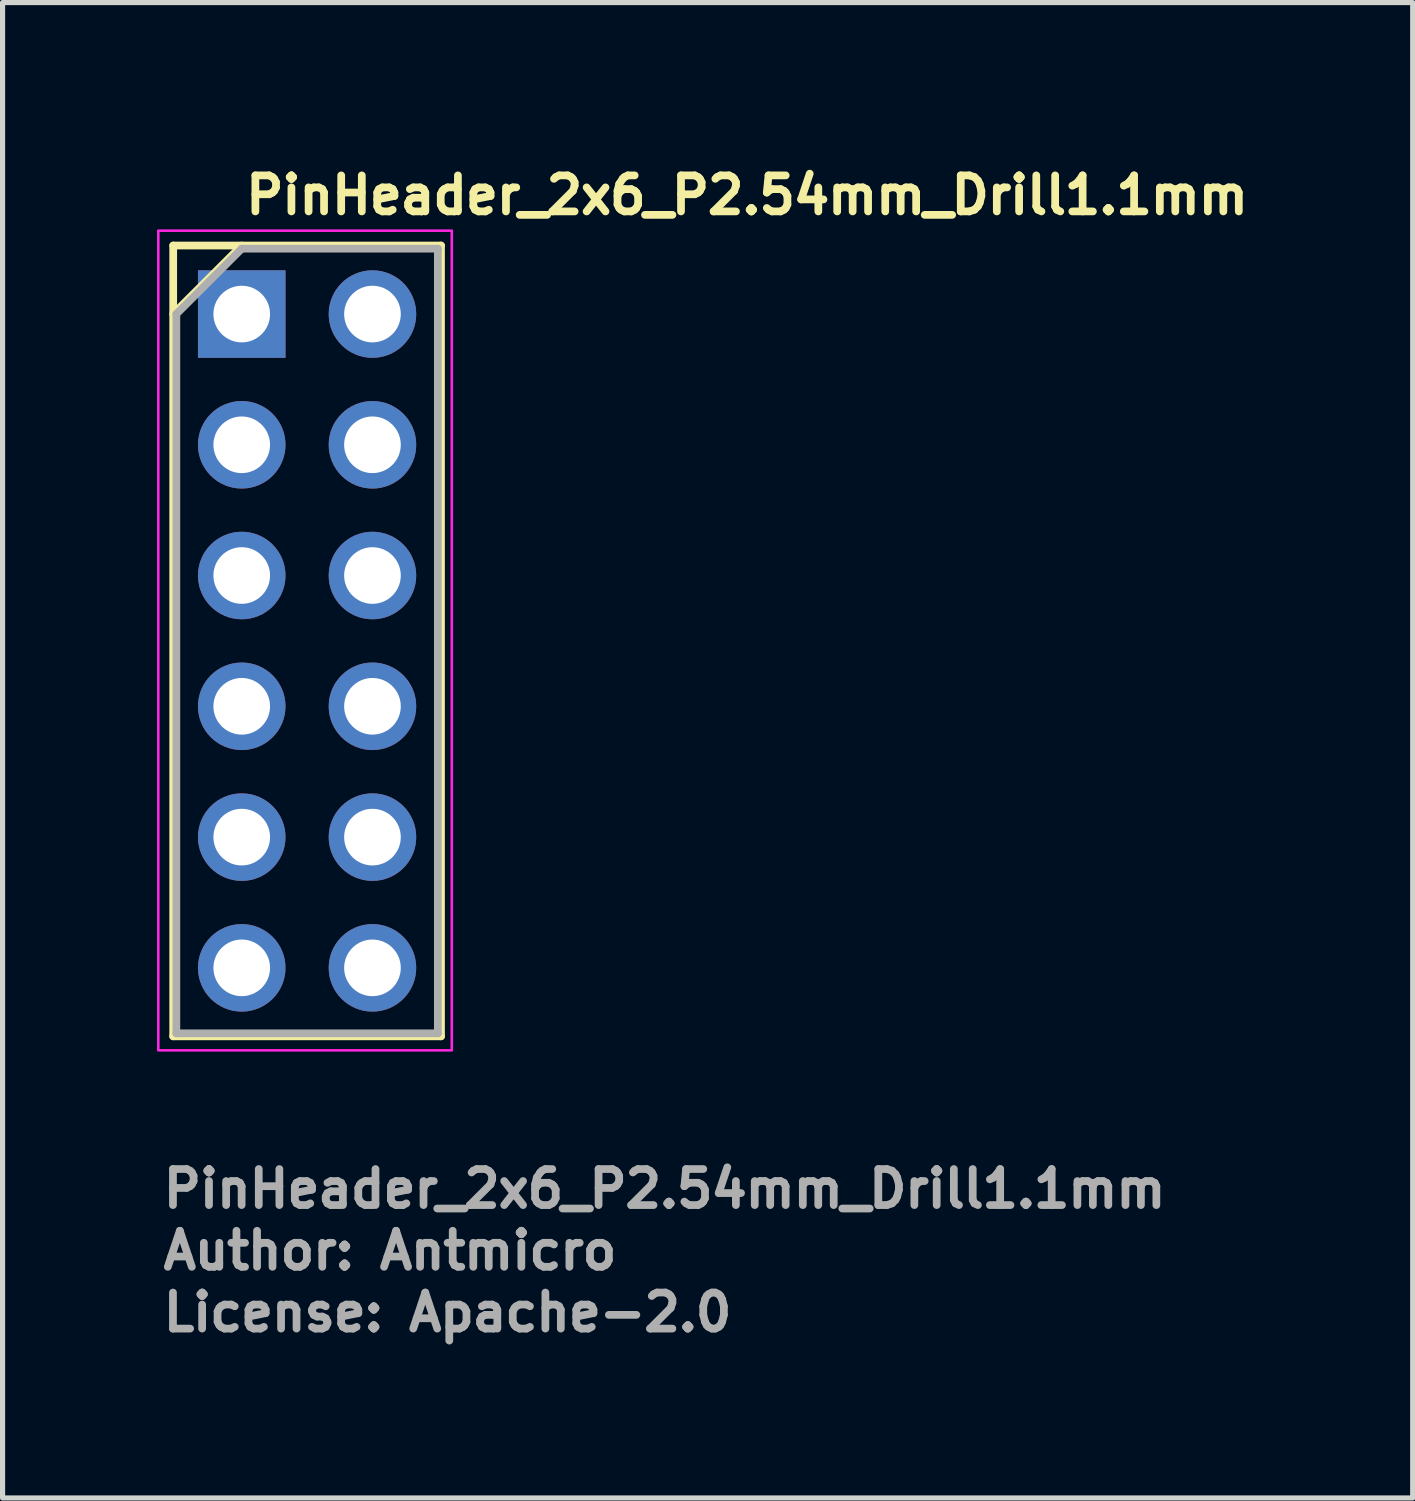
<source format=kicad_pcb>
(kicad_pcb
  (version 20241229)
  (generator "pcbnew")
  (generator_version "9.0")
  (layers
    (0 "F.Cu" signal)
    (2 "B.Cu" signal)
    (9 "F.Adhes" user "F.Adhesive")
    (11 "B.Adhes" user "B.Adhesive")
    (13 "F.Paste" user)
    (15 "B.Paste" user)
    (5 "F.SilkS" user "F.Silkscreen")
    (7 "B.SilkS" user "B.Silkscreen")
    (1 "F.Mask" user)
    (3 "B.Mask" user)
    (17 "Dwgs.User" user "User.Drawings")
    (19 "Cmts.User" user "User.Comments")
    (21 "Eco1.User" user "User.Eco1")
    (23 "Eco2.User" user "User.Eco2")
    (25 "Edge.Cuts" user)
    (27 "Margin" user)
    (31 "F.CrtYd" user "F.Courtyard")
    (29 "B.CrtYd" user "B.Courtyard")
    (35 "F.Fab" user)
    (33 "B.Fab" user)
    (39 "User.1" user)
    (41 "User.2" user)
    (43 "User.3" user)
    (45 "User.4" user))
  (footprint "PinHeader_2x6_P2.54mm_Drill1.1mm"
    (layer "F.Cu")
    (at 1.645 3.05)
    (property "Reference" "PinHeader_2x6_P2.54mm_Drill1.1mm" (at 0 -1.9 0) (layer "F.SilkS") (effects (font (size 0.7 0.7) (thickness 0.15)) (justify left bottom)))
    (attr through_hole)
    (fp_line (start -1.331 -1.331) (end -1.331 14.028) (stroke (width 0.15) (type solid)) (layer "F.SilkS"))
    (fp_line (start -1.331 -1.331) (end 3.87 -1.331) (stroke (width 0.15) (type solid)) (layer "F.SilkS"))
    (fp_line (start -1.331 0) (end 0 -1.331) (stroke (width 0.15) (type solid)) (layer "F.SilkS"))
    (fp_line (start -1.331 14.028) (end 3.87 14.028) (stroke (width 0.15) (type solid)) (layer "F.SilkS"))
    (fp_line (start 3.87 -1.331) (end 3.87 14.028) (stroke (width 0.15) (type solid)) (layer "F.SilkS"))
    (fp_rect (start -1.62 -1.62) (end 4.08 14.3) (stroke (width 0.05) (type solid)) (fill no) (layer "F.CrtYd"))
    (fp_line (start -1.27 0) (end 0 -1.27) (stroke (width 0.15) (type solid)) (layer "F.Fab"))
    (fp_line (start -1.27 13.97) (end -1.27 0) (stroke (width 0.15) (type solid)) (layer "F.Fab"))
    (fp_line (start 0 -1.27) (end 3.809 -1.27) (stroke (width 0.15) (type solid)) (layer "F.Fab"))
    (fp_line (start 3.809 -1.27) (end 3.809 13.97) (stroke (width 0.15) (type solid)) (layer "F.Fab"))
    (fp_line (start 3.809 13.97) (end -1.27 13.97) (stroke (width 0.15) (type solid)) (layer "F.Fab"))
    (fp_line (start -1.27 -1.016) (end -1.27 1.016) (stroke (width 0.1) (type solid)) (layer "User.9"))
    (fp_line (start -1.27 1.016) (end -1.016 1.27) (stroke (width 0.1) (type solid)) (layer "User.9"))
    (fp_line (start -1.27 1.524) (end -1.27 3.556) (stroke (width 0.1) (type solid)) (layer "User.9"))
    (fp_line (start -1.27 3.556) (end -1.016 3.81) (stroke (width 0.1) (type solid)) (layer "User.9"))
    (fp_line (start -1.27 4.064) (end -1.27 6.096) (stroke (width 0.1) (type solid)) (layer "User.9"))
    (fp_line (start -1.27 6.096) (end -1.016 6.35) (stroke (width 0.1) (type solid)) (layer "User.9"))
    (fp_line (start -1.27 6.604) (end -1.27 8.636) (stroke (width 0.1) (type solid)) (layer "User.9"))
    (fp_line (start -1.27 8.636) (end -1.016 8.89) (stroke (width 0.1) (type solid)) (layer "User.9"))
    (fp_line (start -1.27 9.144) (end -1.27 11.176) (stroke (width 0.1) (type solid)) (layer "User.9"))
    (fp_line (start -1.27 11.176) (end -1.016 11.43) (stroke (width 0.1) (type solid)) (layer "User.9"))
    (fp_line (start -1.27 11.684) (end -1.27 13.716) (stroke (width 0.1) (type solid)) (layer "User.9"))
    (fp_line (start -1.27 13.716) (end -1.016 13.97) (stroke (width 0.1) (type solid)) (layer "User.9"))
    (fp_line (start -1.016 -1.27) (end -1.27 -1.016) (stroke (width 0.1) (type solid)) (layer "User.9"))
    (fp_line (start -1.016 1.27) (end -1.27 1.524) (stroke (width 0.1) (type solid)) (layer "User.9"))
    (fp_line (start -1.016 3.81) (end -1.27 4.064) (stroke (width 0.1) (type solid)) (layer "User.9"))
    (fp_line (start -1.016 6.35) (end -1.27 6.604) (stroke (width 0.1) (type solid)) (layer "User.9"))
    (fp_line (start -1.016 8.89) (end -1.27 9.144) (stroke (width 0.1) (type solid)) (layer "User.9"))
    (fp_line (start -1.016 11.43) (end -1.27 11.684) (stroke (width 0.1) (type solid)) (layer "User.9"))
    (fp_line (start -1.016 13.97) (end 3.556 13.97) (stroke (width 0.1) (type solid)) (layer "User.9"))
    (fp_line (start -0.32 -0.32) (end -0.16 -0.16) (stroke (width 0.1) (type solid)) (layer "User.9"))
    (fp_line (start -0.32 -0.32) (end 0.32 -0.32) (stroke (width 0.1) (type solid)) (layer "User.9"))
    (fp_line (start -0.32 0.32) (end -0.32 -0.32) (stroke (width 0.1) (type solid)) (layer "User.9"))
    (fp_line (start -0.32 0.32) (end -0.16 0.16) (stroke (width 0.1) (type solid)) (layer "User.9"))
    (fp_line (start -0.32 0.32) (end 0.32 0.32) (stroke (width 0.1) (type solid)) (layer "User.9"))
    (fp_line (start -0.32 2.22) (end -0.16 2.38) (stroke (width 0.1) (type solid)) (layer "User.9"))
    (fp_line (start -0.32 2.22) (end 0.32 2.22) (stroke (width 0.1) (type solid)) (layer "User.9"))
    (fp_line (start -0.32 2.86) (end -0.32 2.22) (stroke (width 0.1) (type solid)) (layer "User.9"))
    (fp_line (start -0.32 2.86) (end -0.16 2.7) (stroke (width 0.1) (type solid)) (layer "User.9"))
    (fp_line (start -0.32 2.86) (end 0.32 2.86) (stroke (width 0.1) (type solid)) (layer "User.9"))
    (fp_line (start -0.32 4.76) (end -0.16 4.92) (stroke (width 0.1) (type solid)) (layer "User.9"))
    (fp_line (start -0.32 4.76) (end 0.32 4.76) (stroke (width 0.1) (type solid)) (layer "User.9"))
    (fp_line (start -0.32 5.4) (end -0.32 4.76) (stroke (width 0.1) (type solid)) (layer "User.9"))
    (fp_line (start -0.32 5.4) (end -0.16 5.24) (stroke (width 0.1) (type solid)) (layer "User.9"))
    (fp_line (start -0.32 5.4) (end 0.32 5.4) (stroke (width 0.1) (type solid)) (layer "User.9"))
    (fp_line (start -0.32 7.3) (end -0.16 7.46) (stroke (width 0.1) (type solid)) (layer "User.9"))
    (fp_line (start -0.32 7.3) (end 0.32 7.3) (stroke (width 0.1) (type solid)) (layer "User.9"))
    (fp_line (start -0.32 7.94) (end -0.32 7.3) (stroke (width 0.1) (type solid)) (layer "User.9"))
    (fp_line (start -0.32 7.94) (end -0.16 7.78) (stroke (width 0.1) (type solid)) (layer "User.9"))
    (fp_line (start -0.32 7.94) (end 0.32 7.94) (stroke (width 0.1) (type solid)) (layer "User.9"))
    (fp_line (start -0.32 9.84) (end -0.16 10) (stroke (width 0.1) (type solid)) (layer "User.9"))
    (fp_line (start -0.32 9.84) (end 0.32 9.84) (stroke (width 0.1) (type solid)) (layer "User.9"))
    (fp_line (start -0.32 10.48) (end -0.32 9.84) (stroke (width 0.1) (type solid)) (layer "User.9"))
    (fp_line (start -0.32 10.48) (end -0.16 10.32) (stroke (width 0.1) (type solid)) (layer "User.9"))
    (fp_line (start -0.32 10.48) (end 0.32 10.48) (stroke (width 0.1) (type solid)) (layer "User.9"))
    (fp_line (start -0.32 12.38) (end -0.16 12.54) (stroke (width 0.1) (type solid)) (layer "User.9"))
    (fp_line (start -0.32 12.38) (end 0.32 12.38) (stroke (width 0.1) (type solid)) (layer "User.9"))
    (fp_line (start -0.32 13.02) (end -0.32 12.38) (stroke (width 0.1) (type solid)) (layer "User.9"))
    (fp_line (start -0.32 13.02) (end -0.16 12.86) (stroke (width 0.1) (type solid)) (layer "User.9"))
    (fp_line (start -0.32 13.02) (end 0.32 13.02) (stroke (width 0.1) (type solid)) (layer "User.9"))
    (fp_line (start -0.16 -0.16) (end 0.16 -0.16) (stroke (width 0.1) (type solid)) (layer "User.9"))
    (fp_line (start -0.16 0.16) (end -0.16 -0.16) (stroke (width 0.1) (type solid)) (layer "User.9"))
    (fp_line (start -0.16 0.16) (end 0.16 0.16) (stroke (width 0.1) (type solid)) (layer "User.9"))
    (fp_line (start -0.16 2.38) (end 0.16 2.38) (stroke (width 0.1) (type solid)) (layer "User.9"))
    (fp_line (start -0.16 2.7) (end -0.16 2.38) (stroke (width 0.1) (type solid)) (layer "User.9"))
    (fp_line (start -0.16 2.7) (end 0.16 2.7) (stroke (width 0.1) (type solid)) (layer "User.9"))
    (fp_line (start -0.16 4.92) (end 0.16 4.92) (stroke (width 0.1) (type solid)) (layer "User.9"))
    (fp_line (start -0.16 5.24) (end -0.16 4.92) (stroke (width 0.1) (type solid)) (layer "User.9"))
    (fp_line (start -0.16 5.24) (end 0.16 5.24) (stroke (width 0.1) (type solid)) (layer "User.9"))
    (fp_line (start -0.16 7.46) (end 0.16 7.46) (stroke (width 0.1) (type solid)) (layer "User.9"))
    (fp_line (start -0.16 7.78) (end -0.16 7.46) (stroke (width 0.1) (type solid)) (layer "User.9"))
    (fp_line (start -0.16 7.78) (end 0.16 7.78) (stroke (width 0.1) (type solid)) (layer "User.9"))
    (fp_line (start -0.16 10) (end 0.16 10) (stroke (width 0.1) (type solid)) (layer "User.9"))
    (fp_line (start -0.16 10.32) (end -0.16 10) (stroke (width 0.1) (type solid)) (layer "User.9"))
    (fp_line (start -0.16 10.32) (end 0.16 10.32) (stroke (width 0.1) (type solid)) (layer "User.9"))
    (fp_line (start -0.16 12.54) (end 0.16 12.54) (stroke (width 0.1) (type solid)) (layer "User.9"))
    (fp_line (start -0.16 12.86) (end -0.16 12.54) (stroke (width 0.1) (type solid)) (layer "User.9"))
    (fp_line (start -0.16 12.86) (end 0.16 12.86) (stroke (width 0.1) (type solid)) (layer "User.9"))
    (fp_line (start 0.16 0.16) (end 0.16 -0.16) (stroke (width 0.1) (type solid)) (layer "User.9"))
    (fp_line (start 0.16 2.7) (end 0.16 2.38) (stroke (width 0.1) (type solid)) (layer "User.9"))
    (fp_line (start 0.16 5.24) (end 0.16 4.92) (stroke (width 0.1) (type solid)) (layer "User.9"))
    (fp_line (start 0.16 7.78) (end 0.16 7.46) (stroke (width 0.1) (type solid)) (layer "User.9"))
    (fp_line (start 0.16 10.32) (end 0.16 10) (stroke (width 0.1) (type solid)) (layer "User.9"))
    (fp_line (start 0.16 12.86) (end 0.16 12.54) (stroke (width 0.1) (type solid)) (layer "User.9"))
    (fp_line (start 0.32 -0.32) (end 0.16 -0.16) (stroke (width 0.1) (type solid)) (layer "User.9"))
    (fp_line (start 0.32 0.32) (end 0.16 0.16) (stroke (width 0.1) (type solid)) (layer "User.9"))
    (fp_line (start 0.32 0.32) (end 0.32 -0.32) (stroke (width 0.1) (type solid)) (layer "User.9"))
    (fp_line (start 0.32 2.22) (end 0.16 2.38) (stroke (width 0.1) (type solid)) (layer "User.9"))
    (fp_line (start 0.32 2.86) (end 0.16 2.7) (stroke (width 0.1) (type solid)) (layer "User.9"))
    (fp_line (start 0.32 2.86) (end 0.32 2.22) (stroke (width 0.1) (type solid)) (layer "User.9"))
    (fp_line (start 0.32 4.76) (end 0.16 4.92) (stroke (width 0.1) (type solid)) (layer "User.9"))
    (fp_line (start 0.32 5.4) (end 0.16 5.24) (stroke (width 0.1) (type solid)) (layer "User.9"))
    (fp_line (start 0.32 5.4) (end 0.32 4.76) (stroke (width 0.1) (type solid)) (layer "User.9"))
    (fp_line (start 0.32 7.3) (end 0.16 7.46) (stroke (width 0.1) (type solid)) (layer "User.9"))
    (fp_line (start 0.32 7.94) (end 0.16 7.78) (stroke (width 0.1) (type solid)) (layer "User.9"))
    (fp_line (start 0.32 7.94) (end 0.32 7.3) (stroke (width 0.1) (type solid)) (layer "User.9"))
    (fp_line (start 0.32 9.84) (end 0.16 10) (stroke (width 0.1) (type solid)) (layer "User.9"))
    (fp_line (start 0.32 10.48) (end 0.16 10.32) (stroke (width 0.1) (type solid)) (layer "User.9"))
    (fp_line (start 0.32 10.48) (end 0.32 9.84) (stroke (width 0.1) (type solid)) (layer "User.9"))
    (fp_line (start 0.32 12.38) (end 0.16 12.54) (stroke (width 0.1) (type solid)) (layer "User.9"))
    (fp_line (start 0.32 13.02) (end 0.16 12.86) (stroke (width 0.1) (type solid)) (layer "User.9"))
    (fp_line (start 0.32 13.02) (end 0.32 12.38) (stroke (width 0.1) (type solid)) (layer "User.9"))
    (fp_line (start 2.22 -0.32) (end 2.38 -0.16) (stroke (width 0.1) (type solid)) (layer "User.9"))
    (fp_line (start 2.22 -0.32) (end 2.86 -0.32) (stroke (width 0.1) (type solid)) (layer "User.9"))
    (fp_line (start 2.22 0.32) (end 2.22 -0.32) (stroke (width 0.1) (type solid)) (layer "User.9"))
    (fp_line (start 2.22 0.32) (end 2.38 0.16) (stroke (width 0.1) (type solid)) (layer "User.9"))
    (fp_line (start 2.22 0.32) (end 2.86 0.32) (stroke (width 0.1) (type solid)) (layer "User.9"))
    (fp_line (start 2.22 2.22) (end 2.38 2.38) (stroke (width 0.1) (type solid)) (layer "User.9"))
    (fp_line (start 2.22 2.22) (end 2.86 2.22) (stroke (width 0.1) (type solid)) (layer "User.9"))
    (fp_line (start 2.22 2.86) (end 2.22 2.22) (stroke (width 0.1) (type solid)) (layer "User.9"))
    (fp_line (start 2.22 2.86) (end 2.38 2.7) (stroke (width 0.1) (type solid)) (layer "User.9"))
    (fp_line (start 2.22 2.86) (end 2.86 2.86) (stroke (width 0.1) (type solid)) (layer "User.9"))
    (fp_line (start 2.22 4.76) (end 2.38 4.92) (stroke (width 0.1) (type solid)) (layer "User.9"))
    (fp_line (start 2.22 4.76) (end 2.86 4.76) (stroke (width 0.1) (type solid)) (layer "User.9"))
    (fp_line (start 2.22 5.4) (end 2.22 4.76) (stroke (width 0.1) (type solid)) (layer "User.9"))
    (fp_line (start 2.22 5.4) (end 2.38 5.24) (stroke (width 0.1) (type solid)) (layer "User.9"))
    (fp_line (start 2.22 5.4) (end 2.86 5.4) (stroke (width 0.1) (type solid)) (layer "User.9"))
    (fp_line (start 2.22 7.3) (end 2.38 7.46) (stroke (width 0.1) (type solid)) (layer "User.9"))
    (fp_line (start 2.22 7.3) (end 2.86 7.3) (stroke (width 0.1) (type solid)) (layer "User.9"))
    (fp_line (start 2.22 7.94) (end 2.22 7.3) (stroke (width 0.1) (type solid)) (layer "User.9"))
    (fp_line (start 2.22 7.94) (end 2.38 7.78) (stroke (width 0.1) (type solid)) (layer "User.9"))
    (fp_line (start 2.22 7.94) (end 2.86 7.94) (stroke (width 0.1) (type solid)) (layer "User.9"))
    (fp_line (start 2.22 9.84) (end 2.38 10) (stroke (width 0.1) (type solid)) (layer "User.9"))
    (fp_line (start 2.22 9.84) (end 2.86 9.84) (stroke (width 0.1) (type solid)) (layer "User.9"))
    (fp_line (start 2.22 10.48) (end 2.22 9.84) (stroke (width 0.1) (type solid)) (layer "User.9"))
    (fp_line (start 2.22 10.48) (end 2.38 10.32) (stroke (width 0.1) (type solid)) (layer "User.9"))
    (fp_line (start 2.22 10.48) (end 2.86 10.48) (stroke (width 0.1) (type solid)) (layer "User.9"))
    (fp_line (start 2.22 12.38) (end 2.38 12.54) (stroke (width 0.1) (type solid)) (layer "User.9"))
    (fp_line (start 2.22 12.38) (end 2.86 12.38) (stroke (width 0.1) (type solid)) (layer "User.9"))
    (fp_line (start 2.22 13.02) (end 2.22 12.38) (stroke (width 0.1) (type solid)) (layer "User.9"))
    (fp_line (start 2.22 13.02) (end 2.38 12.86) (stroke (width 0.1) (type solid)) (layer "User.9"))
    (fp_line (start 2.22 13.02) (end 2.86 13.02) (stroke (width 0.1) (type solid)) (layer "User.9"))
    (fp_line (start 2.38 -0.16) (end 2.7 -0.16) (stroke (width 0.1) (type solid)) (layer "User.9"))
    (fp_line (start 2.38 0.16) (end 2.38 -0.16) (stroke (width 0.1) (type solid)) (layer "User.9"))
    (fp_line (start 2.38 0.16) (end 2.7 0.16) (stroke (width 0.1) (type solid)) (layer "User.9"))
    (fp_line (start 2.38 2.38) (end 2.7 2.38) (stroke (width 0.1) (type solid)) (layer "User.9"))
    (fp_line (start 2.38 2.7) (end 2.38 2.38) (stroke (width 0.1) (type solid)) (layer "User.9"))
    (fp_line (start 2.38 2.7) (end 2.7 2.7) (stroke (width 0.1) (type solid)) (layer "User.9"))
    (fp_line (start 2.38 4.92) (end 2.7 4.92) (stroke (width 0.1) (type solid)) (layer "User.9"))
    (fp_line (start 2.38 5.24) (end 2.38 4.92) (stroke (width 0.1) (type solid)) (layer "User.9"))
    (fp_line (start 2.38 5.24) (end 2.7 5.24) (stroke (width 0.1) (type solid)) (layer "User.9"))
    (fp_line (start 2.38 7.46) (end 2.7 7.46) (stroke (width 0.1) (type solid)) (layer "User.9"))
    (fp_line (start 2.38 7.78) (end 2.38 7.46) (stroke (width 0.1) (type solid)) (layer "User.9"))
    (fp_line (start 2.38 7.78) (end 2.7 7.78) (stroke (width 0.1) (type solid)) (layer "User.9"))
    (fp_line (start 2.38 10) (end 2.7 10) (stroke (width 0.1) (type solid)) (layer "User.9"))
    (fp_line (start 2.38 10.32) (end 2.38 10) (stroke (width 0.1) (type solid)) (layer "User.9"))
    (fp_line (start 2.38 10.32) (end 2.7 10.32) (stroke (width 0.1) (type solid)) (layer "User.9"))
    (fp_line (start 2.38 12.54) (end 2.7 12.54) (stroke (width 0.1) (type solid)) (layer "User.9"))
    (fp_line (start 2.38 12.86) (end 2.38 12.54) (stroke (width 0.1) (type solid)) (layer "User.9"))
    (fp_line (start 2.38 12.86) (end 2.7 12.86) (stroke (width 0.1) (type solid)) (layer "User.9"))
    (fp_line (start 2.7 0.16) (end 2.7 -0.16) (stroke (width 0.1) (type solid)) (layer "User.9"))
    (fp_line (start 2.7 2.7) (end 2.7 2.38) (stroke (width 0.1) (type solid)) (layer "User.9"))
    (fp_line (start 2.7 5.24) (end 2.7 4.92) (stroke (width 0.1) (type solid)) (layer "User.9"))
    (fp_line (start 2.7 7.78) (end 2.7 7.46) (stroke (width 0.1) (type solid)) (layer "User.9"))
    (fp_line (start 2.7 10.32) (end 2.7 10) (stroke (width 0.1) (type solid)) (layer "User.9"))
    (fp_line (start 2.7 12.86) (end 2.7 12.54) (stroke (width 0.1) (type solid)) (layer "User.9"))
    (fp_line (start 2.86 -0.32) (end 2.7 -0.16) (stroke (width 0.1) (type solid)) (layer "User.9"))
    (fp_line (start 2.86 0.32) (end 2.7 0.16) (stroke (width 0.1) (type solid)) (layer "User.9"))
    (fp_line (start 2.86 0.32) (end 2.86 -0.32) (stroke (width 0.1) (type solid)) (layer "User.9"))
    (fp_line (start 2.86 2.22) (end 2.7 2.38) (stroke (width 0.1) (type solid)) (layer "User.9"))
    (fp_line (start 2.86 2.86) (end 2.7 2.7) (stroke (width 0.1) (type solid)) (layer "User.9"))
    (fp_line (start 2.86 2.86) (end 2.86 2.22) (stroke (width 0.1) (type solid)) (layer "User.9"))
    (fp_line (start 2.86 4.76) (end 2.7 4.92) (stroke (width 0.1) (type solid)) (layer "User.9"))
    (fp_line (start 2.86 5.4) (end 2.7 5.24) (stroke (width 0.1) (type solid)) (layer "User.9"))
    (fp_line (start 2.86 5.4) (end 2.86 4.76) (stroke (width 0.1) (type solid)) (layer "User.9"))
    (fp_line (start 2.86 7.3) (end 2.7 7.46) (stroke (width 0.1) (type solid)) (layer "User.9"))
    (fp_line (start 2.86 7.94) (end 2.7 7.78) (stroke (width 0.1) (type solid)) (layer "User.9"))
    (fp_line (start 2.86 7.94) (end 2.86 7.3) (stroke (width 0.1) (type solid)) (layer "User.9"))
    (fp_line (start 2.86 9.84) (end 2.7 10) (stroke (width 0.1) (type solid)) (layer "User.9"))
    (fp_line (start 2.86 10.48) (end 2.7 10.32) (stroke (width 0.1) (type solid)) (layer "User.9"))
    (fp_line (start 2.86 10.48) (end 2.86 9.84) (stroke (width 0.1) (type solid)) (layer "User.9"))
    (fp_line (start 2.86 12.38) (end 2.7 12.54) (stroke (width 0.1) (type solid)) (layer "User.9"))
    (fp_line (start 2.86 13.02) (end 2.7 12.86) (stroke (width 0.1) (type solid)) (layer "User.9"))
    (fp_line (start 2.86 13.02) (end 2.86 12.38) (stroke (width 0.1) (type solid)) (layer "User.9"))
    (fp_line (start 3.556 -1.27) (end -1.016 -1.27) (stroke (width 0.1) (type solid)) (layer "User.9"))
    (fp_line (start 3.556 1.27) (end 3.81 1.016) (stroke (width 0.1) (type solid)) (layer "User.9"))
    (fp_line (start 3.556 3.81) (end 3.81 3.556) (stroke (width 0.1) (type solid)) (layer "User.9"))
    (fp_line (start 3.556 6.35) (end 3.81 6.096) (stroke (width 0.1) (type solid)) (layer "User.9"))
    (fp_line (start 3.556 8.89) (end 3.81 8.636) (stroke (width 0.1) (type solid)) (layer "User.9"))
    (fp_line (start 3.556 11.43) (end 3.81 11.176) (stroke (width 0.1) (type solid)) (layer "User.9"))
    (fp_line (start 3.556 13.97) (end 3.81 13.716) (stroke (width 0.1) (type solid)) (layer "User.9"))
    (fp_line (start 3.81 -1.016) (end 3.556 -1.27) (stroke (width 0.1) (type solid)) (layer "User.9"))
    (fp_line (start 3.81 1.016) (end 3.81 -1.016) (stroke (width 0.1) (type solid)) (layer "User.9"))
    (fp_line (start 3.81 1.524) (end 3.556 1.27) (stroke (width 0.1) (type solid)) (layer "User.9"))
    (fp_line (start 3.81 3.556) (end 3.81 1.524) (stroke (width 0.1) (type solid)) (layer "User.9"))
    (fp_line (start 3.81 4.064) (end 3.556 3.81) (stroke (width 0.1) (type solid)) (layer "User.9"))
    (fp_line (start 3.81 6.096) (end 3.81 4.064) (stroke (width 0.1) (type solid)) (layer "User.9"))
    (fp_line (start 3.81 6.604) (end 3.556 6.35) (stroke (width 0.1) (type solid)) (layer "User.9"))
    (fp_line (start 3.81 8.636) (end 3.81 6.604) (stroke (width 0.1) (type solid)) (layer "User.9"))
    (fp_line (start 3.81 9.144) (end 3.556 8.89) (stroke (width 0.1) (type solid)) (layer "User.9"))
    (fp_line (start 3.81 11.176) (end 3.81 9.144) (stroke (width 0.1) (type solid)) (layer "User.9"))
    (fp_line (start 3.81 11.684) (end 3.556 11.43) (stroke (width 0.1) (type solid)) (layer "User.9"))
    (fp_line (start 3.81 13.716) (end 3.81 11.684) (stroke (width 0.1) (type solid)) (layer "User.9"))
    (fp_text user "${REFERENCE}" (at -1.601 17.399 0) (layer "F.Fab") (effects (font (size 0.7 0.7) (thickness 0.15)) (justify left bottom)))
    (fp_text user "Author: Antmicro" (at -1.601 18.598 0) (layer "F.Fab") (effects (font (size 0.7 0.7) (thickness 0.15)) (justify left bottom)))
    (fp_text user "License: Apache-2.0" (at -1.601 19.798 0) (layer "F.Fab") (effects (font (size 0.7 0.7) (thickness 0.15)) (justify left bottom)))
    (pad "1" thru_hole rect (at 0 0) (size 1.7 1.7) (drill 1.1) (layers "*.Cu" "*.Mask"))
    (pad "2" thru_hole oval (at 2.539 0) (size 1.7 1.7) (drill 1.1) (layers "*.Cu" "*.Mask"))
    (pad "3" thru_hole oval (at 0 2.539) (size 1.7 1.7) (drill 1.1) (layers "*.Cu" "*.Mask"))
    (pad "4" thru_hole oval (at 2.539 2.539) (size 1.7 1.7) (drill 1.1) (layers "*.Cu" "*.Mask"))
    (pad "5" thru_hole oval (at 0 5.078) (size 1.7 1.7) (drill 1.1) (layers "*.Cu" "*.Mask"))
    (pad "6" thru_hole oval (at 2.539 5.078) (size 1.7 1.7) (drill 1.1) (layers "*.Cu" "*.Mask"))
    (pad "7" thru_hole oval (at 0 7.618) (size 1.7 1.7) (drill 1.1) (layers "*.Cu" "*.Mask"))
    (pad "8" thru_hole oval (at 2.539 7.618) (size 1.7 1.7) (drill 1.1) (layers "*.Cu" "*.Mask"))
    (pad "9" thru_hole oval (at 0 10.159) (size 1.7 1.7) (drill 1.1) (layers "*.Cu" "*.Mask"))
    (pad "10" thru_hole oval (at 2.539 10.159) (size 1.7 1.7) (drill 1.1) (layers "*.Cu" "*.Mask"))
    (pad "11" thru_hole oval (at 0 12.698) (size 1.7 1.7) (drill 1.1) (layers "*.Cu" "*.Mask"))
    (pad "12" thru_hole oval (at 2.539 12.698) (size 1.7 1.7) (drill 1.1) (layers "*.Cu" "*.Mask")))
  (gr_rect
    (start -3 -3)
    (end 24.388 26.044)
    (stroke (width 0.1) (type default))
    (fill no)
    (layer "Edge.Cuts")))
</source>
